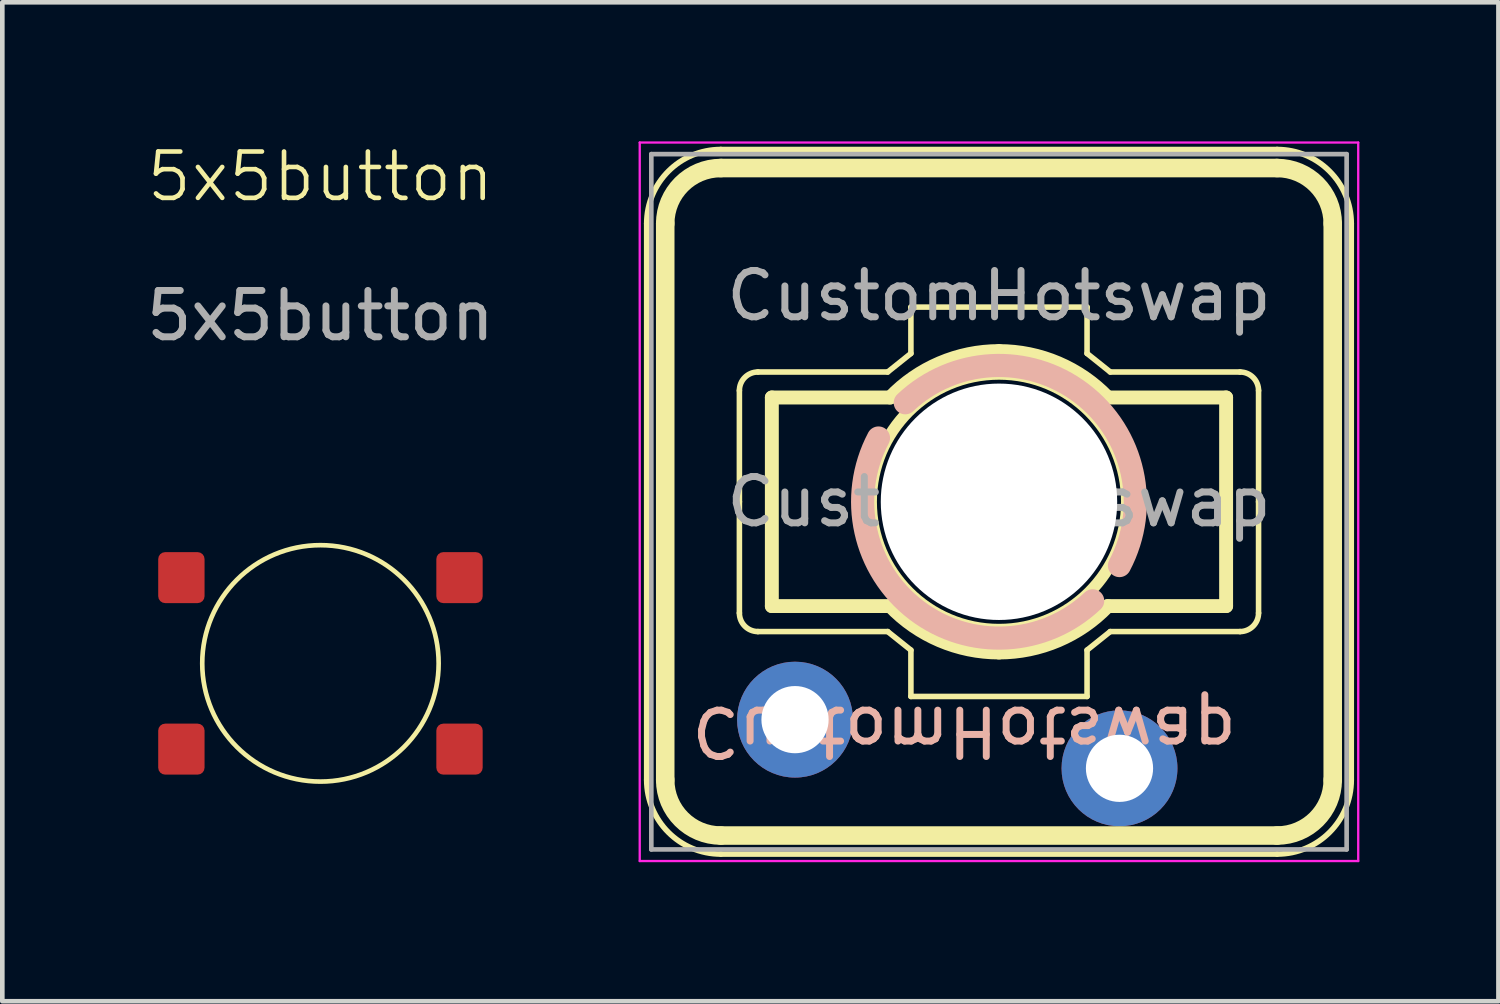
<source format=kicad_pcb>
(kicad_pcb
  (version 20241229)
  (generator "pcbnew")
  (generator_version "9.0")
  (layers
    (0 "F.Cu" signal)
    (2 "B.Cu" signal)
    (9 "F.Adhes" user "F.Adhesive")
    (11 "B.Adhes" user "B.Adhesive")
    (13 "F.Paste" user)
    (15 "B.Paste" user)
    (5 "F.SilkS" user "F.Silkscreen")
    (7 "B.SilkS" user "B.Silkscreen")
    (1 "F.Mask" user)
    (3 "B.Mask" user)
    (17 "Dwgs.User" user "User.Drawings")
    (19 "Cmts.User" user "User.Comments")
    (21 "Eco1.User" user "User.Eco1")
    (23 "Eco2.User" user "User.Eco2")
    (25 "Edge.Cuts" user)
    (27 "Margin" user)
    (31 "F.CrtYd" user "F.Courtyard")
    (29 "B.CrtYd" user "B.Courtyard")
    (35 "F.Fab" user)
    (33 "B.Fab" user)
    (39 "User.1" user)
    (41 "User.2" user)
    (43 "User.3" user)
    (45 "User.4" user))
  (footprint "5x5button"
    (layer "F.Cu")
    (at 3.863 11.261)
    (property "Reference" "5x5button" (at 0 -10.5 0) (unlocked yes) (layer "F.SilkS") (effects (font (size 1 1) (thickness 0.1))))
    (attr smd)
    (fp_circle (center 0 0) (end 2.55 0) (stroke (width 0.1) (type solid)) (fill no) (layer "F.SilkS"))
    (fp_line (start -2.5 -1.3) (end -3.5 -2.4) (stroke (width 0.1) (type default)) (layer "User.1"))
    (fp_line (start -2.5 2.4) (end -3.5 1.3) (stroke (width 0.1) (type default)) (layer "User.1"))
    (fp_line (start 2.5 -2.4) (end 3.5 -1.3) (stroke (width 0.1) (type default)) (layer "User.1"))
    (fp_line (start 2.5 1.3) (end 3.5 2.4) (stroke (width 0.1) (type default)) (layer "User.1"))
    (fp_rect (start -3.5 -2.4) (end -2.5 -1.3) (stroke (width 0.1) (type default)) (fill no) (layer "User.1"))
    (fp_rect (start -3.5 -2.4) (end 3.5 2.4) (stroke (width 0.1) (type solid)) (fill no) (layer "User.1"))
    (fp_rect (start -3.5 1.3) (end -2.5 2.4) (stroke (width 0.1) (type default)) (fill no) (layer "User.1"))
    (fp_rect (start -2.5 -1.3) (end 2.5 1.3) (stroke (width 0.1) (type solid)) (fill no) (layer "User.1"))
    (fp_rect (start 2.5 -2.4) (end 3.5 -1.3) (stroke (width 0.1) (type default)) (fill no) (layer "User.1"))
    (fp_rect (start 2.5 1.3) (end 3.5 2.4) (stroke (width 0.1) (type default)) (fill no) (layer "User.1"))
    (fp_text user "${REFERENCE}" (at 0 -7.5 0) (unlocked yes) (layer "F.Fab") (effects (font (size 1 1) (thickness 0.15))))
    (pad "1" smd roundrect (at -3 -1.85 180) (size 1 1.1) (layers "F.Cu" "F.Mask" "F.Paste") (roundrect_rratio 0.15))
    (pad "2" smd roundrect (at 3 -1.85) (size 1 1.1) (layers "F.Cu" "F.Mask" "F.Paste") (roundrect_rratio 0.15))
    (pad "3" smd roundrect (at -3 1.85 180) (size 1 1.1) (layers "F.Cu" "F.Mask" "F.Paste") (roundrect_rratio 0.15))
    (pad "4" smd roundrect (at 3 1.85) (size 1 1.1) (layers "F.Cu" "F.Mask" "F.Paste") (roundrect_rratio 0.15)))
  (footprint "CustomHotswap"
    (layer "F.Cu")
    (at 18.501 7.775)
    (property "Reference" "CustomHotswap" (at -0.75 4.95 180) (unlocked yes) (layer "B.SilkS") (effects (font (size 1 1) (thickness 0.15)) (justify mirror)))
    (attr smd)
    (fp_line (start -7.6 6) (end -7.6 -6) (stroke (width 0.12) (type solid)) (layer "F.SilkS"))
    (fp_line (start -7.2 6) (end -7.2 -6) (stroke (width 0.4) (type solid)) (layer "F.SilkS"))
    (fp_line (start -6 -7.6) (end 6 -7.6) (stroke (width 0.12) (type solid)) (layer "F.SilkS"))
    (fp_line (start -6 -7.2) (end 6 -7.2) (stroke (width 0.4) (type solid)) (layer "F.SilkS"))
    (fp_line (start -5.6 -2.4) (end -5.6 0) (stroke (width 0.12) (type solid)) (layer "F.SilkS"))
    (fp_line (start -5.6 2.4) (end -5.6 0) (stroke (width 0.12) (type solid)) (layer "F.SilkS"))
    (fp_line (start -4.9 -2.25) (end -2.347 -2.25) (stroke (width 0.3) (type solid)) (layer "F.SilkS"))
    (fp_line (start -4.9 -2.25) (end -4.9 2.25) (stroke (width 0.3) (type solid)) (layer "F.SilkS"))
    (fp_line (start -4.9 2.25) (end -2.347 2.25) (stroke (width 0.3) (type solid)) (layer "F.SilkS"))
    (fp_line (start -2.4 -2.8) (end -5.2 -2.8) (stroke (width 0.12) (type solid)) (layer "F.SilkS"))
    (fp_line (start -2.4 -2.8) (end -1.9 -3.2) (stroke (width 0.12) (type solid)) (layer "F.SilkS"))
    (fp_line (start -2.4 2.8) (end -5.2 2.8) (stroke (width 0.12) (type solid)) (layer "F.SilkS"))
    (fp_line (start -2.4 2.8) (end -1.9 3.2) (stroke (width 0.12) (type solid)) (layer "F.SilkS"))
    (fp_line (start -1.9 3.2) (end -1.9 4.2) (stroke (width 0.12) (type solid)) (layer "F.SilkS"))
    (fp_line (start -1.9 -4.2) (end 1.9 -4.2) (stroke (width 0.12) (type solid)) (layer "F.SilkS"))
    (fp_line (start -1.9 -3.2) (end -1.9 -4.2) (stroke (width 0.12) (type solid)) (layer "F.SilkS"))
    (fp_line (start 1.9 3.2) (end 1.9 4.2) (stroke (width 0.12) (type solid)) (layer "F.SilkS"))
    (fp_line (start 1.9 4.2) (end -1.9 4.2) (stroke (width 0.12) (type solid)) (layer "F.SilkS"))
    (fp_line (start 1.9 -3.2) (end 1.9 -4.2) (stroke (width 0.12) (type solid)) (layer "F.SilkS"))
    (fp_line (start 2.4 -2.8) (end 1.9 -3.2) (stroke (width 0.12) (type solid)) (layer "F.SilkS"))
    (fp_line (start 2.4 -2.8) (end 5.2 -2.8) (stroke (width 0.12) (type solid)) (layer "F.SilkS"))
    (fp_line (start 2.4 2.8) (end 1.9 3.2) (stroke (width 0.12) (type solid)) (layer "F.SilkS"))
    (fp_line (start 2.4 2.8) (end 5.2 2.8) (stroke (width 0.12) (type solid)) (layer "F.SilkS"))
    (fp_line (start 4.9 -2.25) (end 2.347 -2.25) (stroke (width 0.3) (type solid)) (layer "F.SilkS"))
    (fp_line (start 4.9 -2.25) (end 4.9 2.25) (stroke (width 0.3) (type solid)) (layer "F.SilkS"))
    (fp_line (start 4.9 2.25) (end 2.347 2.25) (stroke (width 0.3) (type solid)) (layer "F.SilkS"))
    (fp_line (start 5.6 -2.4) (end 5.6 0) (stroke (width 0.12) (type solid)) (layer "F.SilkS"))
    (fp_line (start 5.6 2.4) (end 5.6 0) (stroke (width 0.12) (type solid)) (layer "F.SilkS"))
    (fp_line (start 6 7.2) (end -6 7.2) (stroke (width 0.4) (type solid)) (layer "F.SilkS"))
    (fp_line (start 6 7.6) (end -6 7.6) (stroke (width 0.12) (type solid)) (layer "F.SilkS"))
    (fp_line (start 7.2 6) (end 7.2 -6) (stroke (width 0.4) (type solid)) (layer "F.SilkS"))
    (fp_line (start 7.6 6) (end 7.6 -6) (stroke (width 0.12) (type solid)) (layer "F.SilkS"))
    (fp_arc (start -7.6 -6.000006) (mid -7.131369 -7.131373) (end -6 -7.6) (stroke (width 0.12) (type solid)) (layer "F.SilkS"))
    (fp_arc (start -7.2 -6) (mid -6.848528 -6.848528) (end -6 -7.2) (stroke (width 0.4) (type solid)) (layer "F.SilkS"))
    (fp_arc (start -6.000006 7.6) (mid -7.131373 7.131369) (end -7.6 6) (stroke (width 0.12) (type solid)) (layer "F.SilkS"))
    (fp_arc (start -6 7.2) (mid -6.848528 6.848528) (end -7.2 6) (stroke (width 0.4) (type solid)) (layer "F.SilkS"))
    (fp_arc (start -5.599999 -2.4) (mid -5.482842 -2.682843) (end -5.199999 -2.8) (stroke (width 0.12) (type solid)) (layer "F.SilkS"))
    (fp_arc (start -5.199999 2.799999) (mid -5.482842 2.682842) (end -5.599999 2.399999) (stroke (width 0.12) (type solid)) (layer "F.SilkS"))
    (fp_arc (start -2.346551 -2.249823) (mid -1.275573 -2.990137) (end 0 -3.250847) (stroke (width 0.3) (type solid)) (layer "F.SilkS"))
    (fp_arc (start 0 -3.250847) (mid 1.275573 -2.990137) (end 2.346551 -2.249823) (stroke (width 0.3) (type solid)) (layer "F.SilkS"))
    (fp_arc (start 0 3.250847) (mid -1.275573 2.990137) (end -2.346551 2.249823) (stroke (width 0.3) (type solid)) (layer "F.SilkS"))
    (fp_arc (start 2.346551 2.249823) (mid 1.275573 2.990137) (end 0 3.250847) (stroke (width 0.3) (type solid)) (layer "F.SilkS"))
    (fp_arc (start 5.2 -2.799999) (mid 5.482843 -2.682842) (end 5.6 -2.399999) (stroke (width 0.12) (type solid)) (layer "F.SilkS"))
    (fp_arc (start 5.6 2.4) (mid 5.482843 2.682843) (end 5.2 2.8) (stroke (width 0.12) (type solid)) (layer "F.SilkS"))
    (fp_arc (start 6 -7.2) (mid 6.848528 -6.848528) (end 7.2 -6) (stroke (width 0.4) (type solid)) (layer "F.SilkS"))
    (fp_arc (start 6.000006 -7.6) (mid 7.131373 -7.131369) (end 7.6 -6) (stroke (width 0.12) (type solid)) (layer "F.SilkS"))
    (fp_arc (start 7.2 6) (mid 6.848528 6.848528) (end 6 7.2) (stroke (width 0.4) (type solid)) (layer "F.SilkS"))
    (fp_arc (start 7.6 6.000006) (mid 7.131369 7.131373) (end 6 7.6) (stroke (width 0.12) (type solid)) (layer "F.SilkS"))
    (fp_circle (center 0 0) (end 2.758 0) (stroke (width 0.25) (type solid)) (fill no) (layer "F.SilkS"))
    (fp_arc (start -2.021169 -2.136505) (mid 1.77975 -2.341424) (end 2.599465 1.375704) (stroke (width 0.5) (type solid)) (layer "B.SilkS"))
    (fp_arc (start 2.021175 2.136503) (mid -1.779744 2.341422) (end -2.599459 -1.375706) (stroke (width 0.5) (type solid)) (layer "B.SilkS"))
    (fp_line (start -7.25 -7.25) (end -7.25 7.25) (stroke (width 0.1) (type solid)) (layer "Eco1.User"))
    (fp_line (start -7.25 7.25) (end 7.25 7.25) (stroke (width 0.1) (type solid)) (layer "Eco1.User"))
    (fp_line (start 7.25 -7.25) (end -7.25 -7.25) (stroke (width 0.1) (type solid)) (layer "Eco1.User"))
    (fp_line (start 7.25 7.25) (end 7.25 -7.25) (stroke (width 0.1) (type solid)) (layer "Eco1.User"))
    (fp_line (start -7.75 -7.75) (end -7.75 7.75) (stroke (width 0.05) (type solid)) (layer "F.CrtYd"))
    (fp_line (start -7.75 7.75) (end 7.75 7.75) (stroke (width 0.05) (type solid)) (layer "F.CrtYd"))
    (fp_line (start 7.75 -7.75) (end -7.75 -7.75) (stroke (width 0.05) (type solid)) (layer "F.CrtYd"))
    (fp_line (start 7.75 7.75) (end 7.75 -7.75) (stroke (width 0.05) (type solid)) (layer "F.CrtYd"))
    (fp_line (start -7.5 -7.5) (end -7.5 7.5) (stroke (width 0.1) (type solid)) (layer "F.Fab"))
    (fp_line (start -7.5 7.5) (end 7.5 7.5) (stroke (width 0.1) (type solid)) (layer "F.Fab"))
    (fp_line (start 7.5 -7.5) (end -7.5 -7.5) (stroke (width 0.1) (type solid)) (layer "F.Fab"))
    (fp_line (start 7.5 7.5) (end 7.5 -7.5) (stroke (width 0.1) (type solid)) (layer "F.Fab"))
    (fp_text user "${REFERENCE}" (at 0 -4.445 0) (unlocked yes) (layer "F.Fab") (effects (font (size 1 1) (thickness 0.15))))
    (fp_text user "${REFERENCE}" (at 0.000006 -0.000002 0) (layer "F.Fab") (effects (font (size 1 1) (thickness 0.15))))
    (pad "" np_thru_hole circle (at 0 0 180) (size 5.1 5.1) (drill 5.1) (layers "*.Cu" "*.Mask"))
    (pad "1" thru_hole circle (at 2.6 5.75) (size 2.5 2.5) (drill 1.45) (layers "*.Cu" "*.Mask"))
    (pad "2" thru_hole circle (at -4.4 4.7) (size 2.5 2.5) (drill 1.45) (layers "*.Cu" "*.Mask")))
  (gr_rect
    (start -3 -3)
    (end 29.276 18.55)
    (stroke (width 0.1) (type default))
    (fill no)
    (layer "Edge.Cuts")))
</source>
